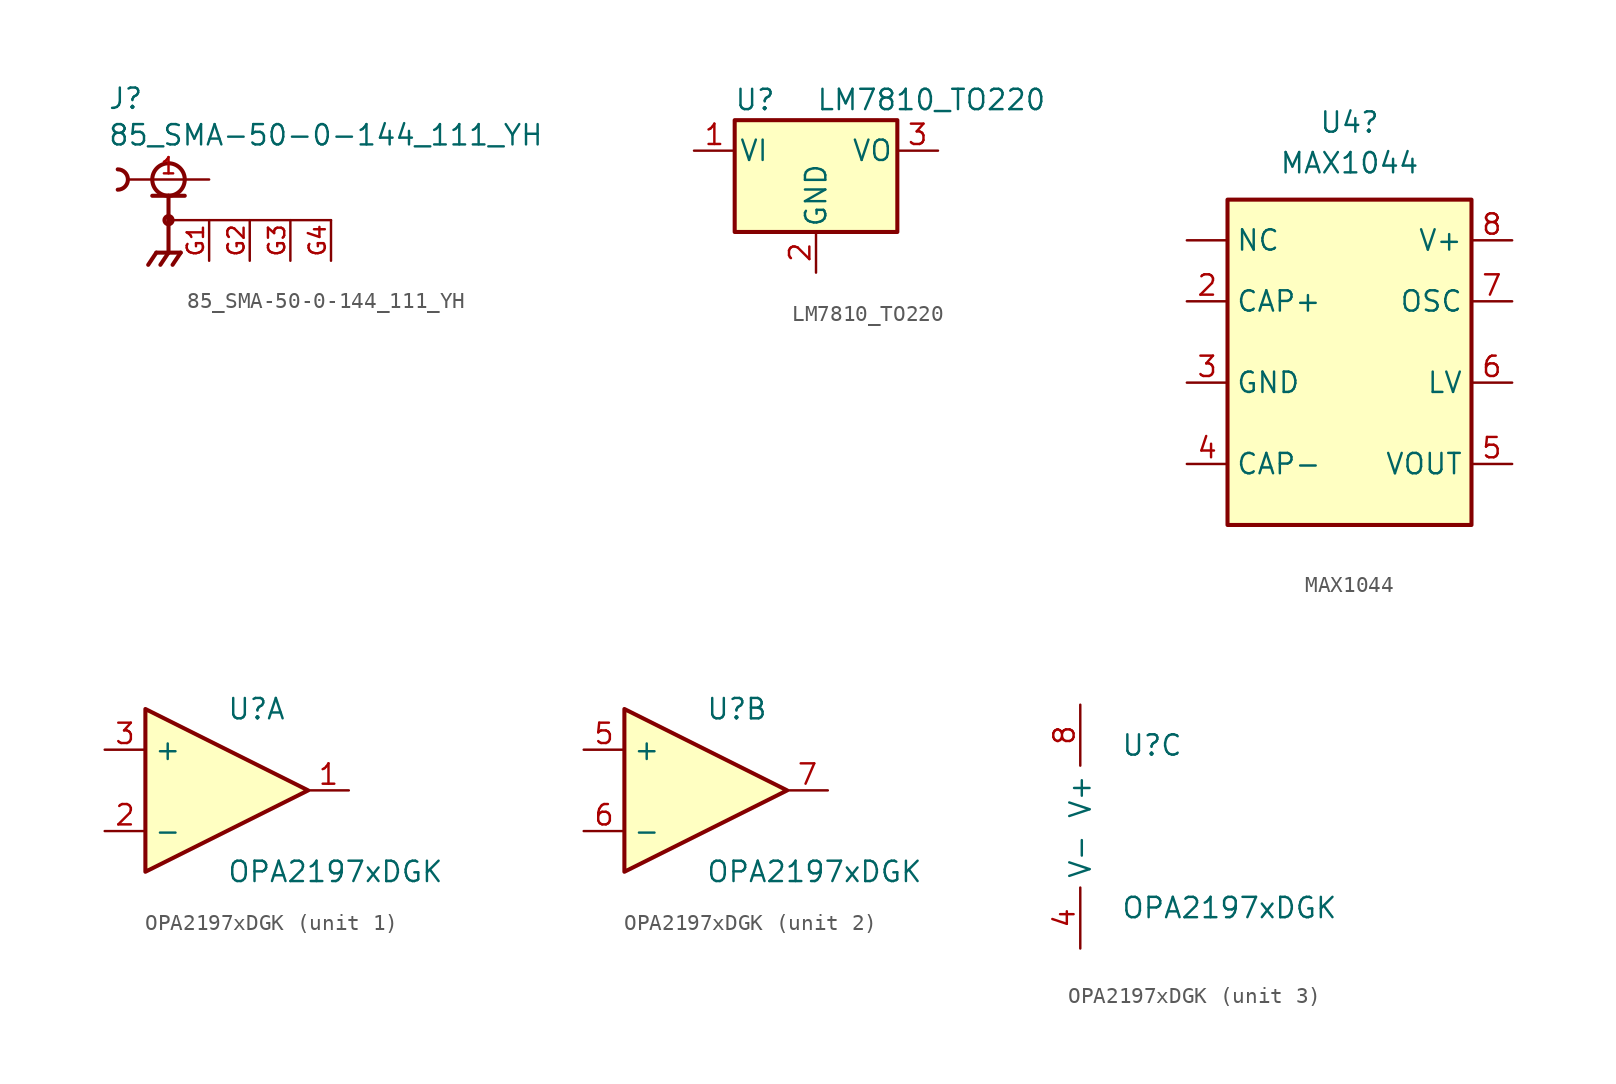
<source format=kicad_sym>
(kicad_symbol_lib
  (version 20241209)
  (generator "kicad_symbol_editor")
  (generator_version "9.0")
  (symbol "85_SMA-50-0-144_111_YH"
    (pin_names
      (offset 1.016))
    (property "Reference" "J"
      (at -3.81 4.318 0)
      (effects (font (size 1.27 1.27)) (justify left bottom)))
    (property "Value" "85_SMA-50-0-144_111_YH"
      (at -3.81 2.032 0)
      (effects (font (size 1.27 1.27)) (justify left bottom)))
    (symbol "85_SMA-50-0-144_111_YH_0_0"
      (arc (start -3.175 0.635) (mid -2.5427 0) (end -3.175 -0.635) (stroke (width 0.254) (type default)) (fill (type none)))
      (polyline (pts (xy -1.016 -1.016) (xy 0 -1.016)) (stroke (width 0.254) (type default)) (fill (type none)))
      (polyline (pts (xy -0.762 -4.572) (xy -1.27 -5.334)) (stroke (width 0.254) (type default)) (fill (type none)))
      (circle (center 0 0) (radius 1.016) (stroke (width 0.254) (type default)) (fill (type none)))
      (polyline (pts (xy 0 -1.016) (xy 0 -2.54)) (stroke (width 0.254) (type default)) (fill (type none)))
      (polyline (pts (xy 0 -1.016) (xy 1.016 -1.016)) (stroke (width 0.254) (type default)) (fill (type none)))
      (polyline (pts (xy 0 -2.54) (xy 0 -4.572)) (stroke (width 0.254) (type default)) (fill (type none)))
      (polyline (pts (xy 0 -2.54) (xy 10.16 -2.54)) (stroke (width 0.152) (type default)) (fill (type none)))
      (circle (center 0 -2.54) (radius 0.254) (stroke (width 0.254) (type default)) (fill (type none)))
      (polyline (pts (xy 0 -4.572) (xy -0.762 -4.572)) (stroke (width 0.254) (type default)) (fill (type none)))
      (polyline (pts (xy 0 -4.572) (xy -0.508 -5.334)) (stroke (width 0.254) (type default)) (fill (type none)))
      (polyline (pts (xy 0 -4.572) (xy 0.762 -4.572)) (stroke (width 0.254) (type default)) (fill (type none)))
      (polyline (pts (xy 0.762 -4.572) (xy 0.254 -5.334)) (stroke (width 0.254) (type default)) (fill (type none)))
      (pin passive line (at 2.54 0 180) (length 5.08) (name "~" (effects (font (size 1.016 1.016)))) (number "1" (effects (font (size 1.016 1.016)))))
      (pin power_in line (at 2.54 -5.08 90) (length 2.54) (name "~" (effects (font (size 1.016 1.016)))) (number "G1" (effects (font (size 1.016 1.016)))))
      (pin power_in line (at 5.08 -5.08 90) (length 2.54) (name "~" (effects (font (size 1.016 1.016)))) (number "G2" (effects (font (size 1.016 1.016)))))
      (pin power_in line (at 7.62 -5.08 90) (length 2.54) (name "~" (effects (font (size 1.016 1.016)))) (number "G3" (effects (font (size 1.016 1.016)))))
      (pin power_in line (at 10.16 -5.08 90) (length 2.54) (name "~" (effects (font (size 1.016 1.016)))) (number "G4" (effects (font (size 1.016 1.016)))))))
  (symbol "LM7810_TO220"
    (pin_names
      (offset 0.254))
    (property "Reference" "U"
      (at -3.81 3.175 0)
      (effects (font (size 1.27 1.27))))
    (property "Value" "LM7810_TO220"
      (at 0 3.175 0)
      (effects (font (size 1.27 1.27)) (justify left)))
    (symbol "LM7810_TO220_0_1"
      (rectangle (start -5.08 1.905) (end 5.08 -5.08) (stroke (width 0.254) (type default)) (fill (type background))))
    (symbol "LM7810_TO220_1_1"
      (pin power_in line (at -7.62 0 0) (length 2.54) (name "VI" (effects (font (size 1.27 1.27)))) (number "1" (effects (font (size 1.27 1.27)))))
      (pin power_in line (at 0 -7.62 90) (length 2.54) (name "GND" (effects (font (size 1.27 1.27)))) (number "2" (effects (font (size 1.27 1.27)))))
      (pin power_out line (at 7.62 0 180) (length 2.54) (name "VO" (effects (font (size 1.27 1.27)))) (number "3" (effects (font (size 1.27 1.27)))))))
  (symbol "MAX1044"
    (property "Reference" "U4"
      (at 0 14.986 0)
      (effects (font (size 1.27 1.27))))
    (property "Value" "MAX1044"
      (at 0 12.446 0)
      (effects (font (size 1.27 1.27))))
    (symbol "MAX1044_0_1"
      (rectangle (start -7.62 10.16) (end 7.62 -10.16) (stroke (width 0.254) (type default)) (fill (type background))))
    (symbol "MAX1044_1_1"
      (pin power_in line (at -10.16 7.62 0) (length 2.54) (name "NC" (effects (font (size 1.27 1.27)))) (number "1" (effects (font (size 0 0)))))
      (pin input line (at -10.16 3.81 0) (length 2.54) (name "CAP+" (effects (font (size 1.27 1.27)))) (number "2" (effects (font (size 1.27 1.27)))))
      (pin power_in line (at -10.16 -1.27 0) (length 2.54) (name "GND" (effects (font (size 1.27 1.27)))) (number "3" (effects (font (size 1.27 1.27)))))
      (pin input line (at -10.16 -6.35 0) (length 2.54) (name "CAP-" (effects (font (size 1.27 1.27)))) (number "4" (effects (font (size 1.27 1.27)))))
      (pin power_in line (at 10.16 7.62 180) (length 2.54) (name "V+" (effects (font (size 1.27 1.27)))) (number "8" (effects (font (size 1.27 1.27)))))
      (pin input line (at 10.16 3.81 180) (length 2.54) (name "OSC" (effects (font (size 1.27 1.27)))) (number "7" (effects (font (size 1.27 1.27)))))
      (pin input line (at 10.16 -1.27 180) (length 2.54) (name "LV" (effects (font (size 1.27 1.27)))) (number "6" (effects (font (size 1.27 1.27)))))
      (pin power_out line (at 10.16 -6.35 180) (length 2.54) (name "VOUT" (effects (font (size 1.27 1.27)))) (number "5" (effects (font (size 1.27 1.27)))))))
  (symbol "OPA2197xDGK"
    (property "Reference" "U"
      (at 0 5.08 0)
      (effects (font (size 1.27 1.27)) (justify left)))
    (property "Value" "OPA2197xDGK"
      (at 0 -5.08 0)
      (effects (font (size 1.27 1.27)) (justify left)))
    (property "ki_locked" ""
      (at 0 0 0)
      (effects (font (size 1.27 1.27))))
    (symbol "OPA2197xDGK_1_1"
      (polyline (pts (xy -5.08 5.08) (xy 5.08 0) (xy -5.08 -5.08) (xy -5.08 5.08)) (stroke (width 0.254) (type default)) (fill (type background)))
      (pin input line (at -7.62 2.54 0) (length 2.54) (name "+" (effects (font (size 1.27 1.27)))) (number "3" (effects (font (size 1.27 1.27)))))
      (pin input line (at -7.62 -2.54 0) (length 2.54) (name "-" (effects (font (size 1.27 1.27)))) (number "2" (effects (font (size 1.27 1.27)))))
      (pin output line (at 7.62 0 180) (length 2.54) (name "~" (effects (font (size 1.27 1.27)))) (number "1" (effects (font (size 1.27 1.27))))))
    (symbol "OPA2197xDGK_2_1"
      (polyline (pts (xy -5.08 5.08) (xy 5.08 0) (xy -5.08 -5.08) (xy -5.08 5.08)) (stroke (width 0.254) (type default)) (fill (type background)))
      (pin input line (at -7.62 2.54 0) (length 2.54) (name "+" (effects (font (size 1.27 1.27)))) (number "5" (effects (font (size 1.27 1.27)))))
      (pin input line (at -7.62 -2.54 0) (length 2.54) (name "-" (effects (font (size 1.27 1.27)))) (number "6" (effects (font (size 1.27 1.27)))))
      (pin output line (at 7.62 0 180) (length 2.54) (name "~" (effects (font (size 1.27 1.27)))) (number "7" (effects (font (size 1.27 1.27))))))
    (symbol "OPA2197xDGK_3_1"
      (pin power_in line (at -2.54 7.62 270) (length 3.81) (name "V+" (effects (font (size 1.27 1.27)))) (number "8" (effects (font (size 1.27 1.27)))))
      (pin power_in line (at -2.54 -7.62 90) (length 3.81) (name "V-" (effects (font (size 1.27 1.27)))) (number "4" (effects (font (size 1.27 1.27))))))))
</source>
